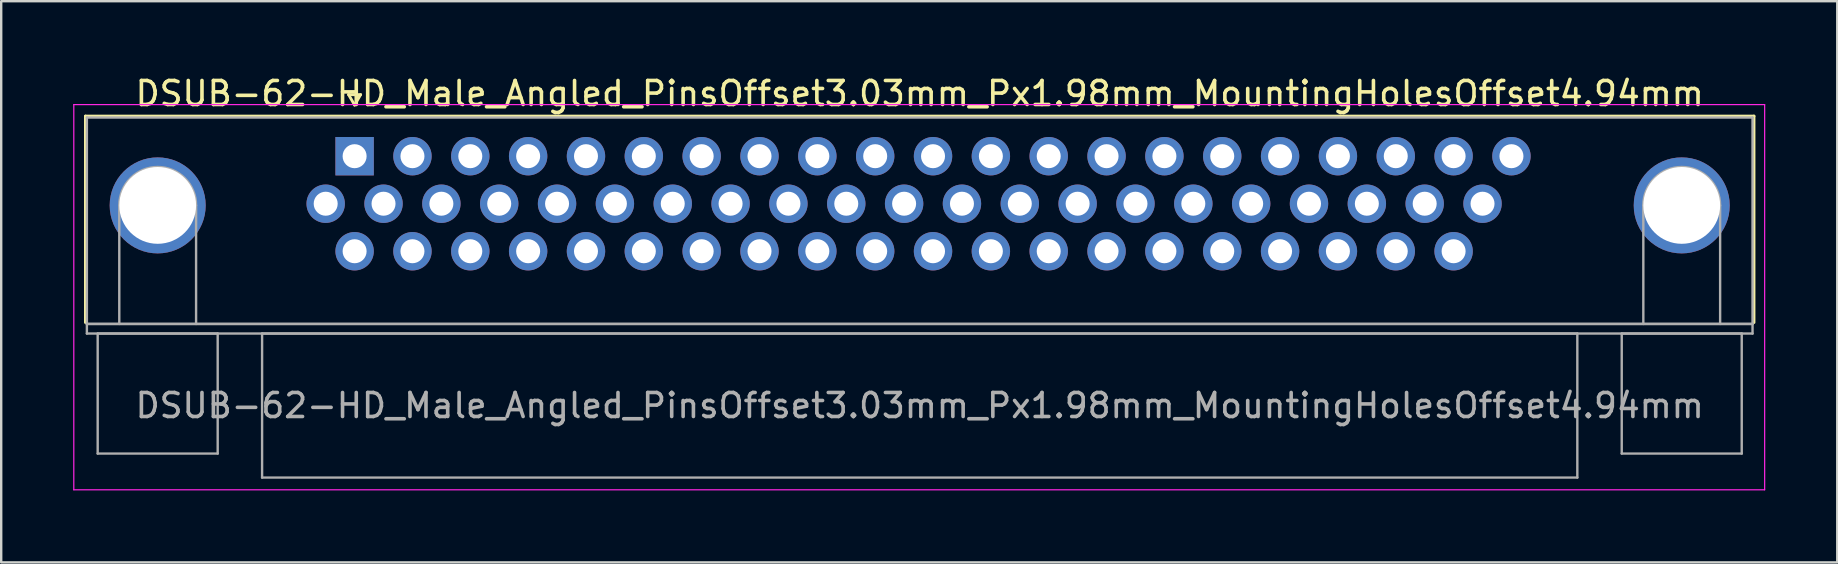
<source format=kicad_pcb>
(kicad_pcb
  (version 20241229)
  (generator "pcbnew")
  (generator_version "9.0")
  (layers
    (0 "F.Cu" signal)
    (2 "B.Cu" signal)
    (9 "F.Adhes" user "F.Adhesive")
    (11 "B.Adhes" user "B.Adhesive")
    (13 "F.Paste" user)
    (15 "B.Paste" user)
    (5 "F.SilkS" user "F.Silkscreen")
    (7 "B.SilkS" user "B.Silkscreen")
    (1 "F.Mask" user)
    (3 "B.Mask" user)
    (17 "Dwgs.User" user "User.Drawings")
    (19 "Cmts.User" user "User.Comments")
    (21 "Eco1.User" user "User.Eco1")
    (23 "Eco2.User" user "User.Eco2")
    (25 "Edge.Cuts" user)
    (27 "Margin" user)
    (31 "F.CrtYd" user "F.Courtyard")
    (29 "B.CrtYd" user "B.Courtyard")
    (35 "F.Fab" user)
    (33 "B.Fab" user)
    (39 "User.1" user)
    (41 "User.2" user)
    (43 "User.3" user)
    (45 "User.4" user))
  (footprint "DSUB-62-HD_Male_Angled_PinsOffset3.03mm_Px1.98mm_MountingHolesOffset4.94mm"
    (layer "F.Cu")
    (at 11.725 3.458)
    (property "Reference" "DSUB-62-HD_Male_Angled_PinsOffset3.03mm_Px1.98mm_MountingHolesOffset4.94mm" (at 23.545 -2.61 0) (layer "F.SilkS") (effects (font (size 1 1) (thickness 0.15))))
    (attr through_hole)
    (fp_line (start -11.215 -1.67) (end 58.305 -1.67) (stroke (width 0.12) (type solid)) (layer "F.SilkS"))
    (fp_line (start -11.215 6.93) (end -11.215 -1.67) (stroke (width 0.12) (type solid)) (layer "F.SilkS"))
    (fp_line (start -0.25 -2.564) (end 0.25 -2.564) (stroke (width 0.12) (type solid)) (layer "F.SilkS"))
    (fp_line (start 0 -2.131) (end -0.25 -2.564) (stroke (width 0.12) (type solid)) (layer "F.SilkS"))
    (fp_line (start 0.25 -2.564) (end 0 -2.131) (stroke (width 0.12) (type solid)) (layer "F.SilkS"))
    (fp_line (start 58.305 -1.67) (end 58.305 6.93) (stroke (width 0.12) (type solid)) (layer "F.SilkS"))
    (fp_line (start -11.7 -2.15) (end -11.7 13.9) (stroke (width 0.05) (type solid)) (layer "F.CrtYd"))
    (fp_line (start -11.7 13.9) (end 58.75 13.9) (stroke (width 0.05) (type solid)) (layer "F.CrtYd"))
    (fp_line (start 58.75 -2.15) (end -11.7 -2.15) (stroke (width 0.05) (type solid)) (layer "F.CrtYd"))
    (fp_line (start 58.75 13.9) (end 58.75 -2.15) (stroke (width 0.05) (type solid)) (layer "F.CrtYd"))
    (fp_line (start -11.155 -1.61) (end -11.155 6.99) (stroke (width 0.1) (type solid)) (layer "F.Fab"))
    (fp_line (start -11.155 6.99) (end -11.155 7.39) (stroke (width 0.1) (type solid)) (layer "F.Fab"))
    (fp_line (start -11.155 6.99) (end 58.245 6.99) (stroke (width 0.1) (type solid)) (layer "F.Fab"))
    (fp_line (start -11.155 7.39) (end 58.245 7.39) (stroke (width 0.1) (type solid)) (layer "F.Fab"))
    (fp_line (start -10.705 7.39) (end -10.705 12.39) (stroke (width 0.1) (type solid)) (layer "F.Fab"))
    (fp_line (start -10.705 12.39) (end -5.705 12.39) (stroke (width 0.1) (type solid)) (layer "F.Fab"))
    (fp_line (start -9.805 6.99) (end -9.805 2.05) (stroke (width 0.1) (type solid)) (layer "F.Fab"))
    (fp_line (start -6.605 6.99) (end -6.605 2.05) (stroke (width 0.1) (type solid)) (layer "F.Fab"))
    (fp_line (start -5.705 7.39) (end -10.705 7.39) (stroke (width 0.1) (type solid)) (layer "F.Fab"))
    (fp_line (start -5.705 12.39) (end -5.705 7.39) (stroke (width 0.1) (type solid)) (layer "F.Fab"))
    (fp_line (start -3.855 7.39) (end -3.855 13.39) (stroke (width 0.1) (type solid)) (layer "F.Fab"))
    (fp_line (start -3.855 13.39) (end 50.945 13.39) (stroke (width 0.1) (type solid)) (layer "F.Fab"))
    (fp_line (start 50.945 7.39) (end -3.855 7.39) (stroke (width 0.1) (type solid)) (layer "F.Fab"))
    (fp_line (start 50.945 13.39) (end 50.945 7.39) (stroke (width 0.1) (type solid)) (layer "F.Fab"))
    (fp_line (start 52.795 7.39) (end 52.795 12.39) (stroke (width 0.1) (type solid)) (layer "F.Fab"))
    (fp_line (start 52.795 12.39) (end 57.795 12.39) (stroke (width 0.1) (type solid)) (layer "F.Fab"))
    (fp_line (start 53.695 6.99) (end 53.695 2.05) (stroke (width 0.1) (type solid)) (layer "F.Fab"))
    (fp_line (start 56.895 6.99) (end 56.895 2.05) (stroke (width 0.1) (type solid)) (layer "F.Fab"))
    (fp_line (start 57.795 7.39) (end 52.795 7.39) (stroke (width 0.1) (type solid)) (layer "F.Fab"))
    (fp_line (start 57.795 12.39) (end 57.795 7.39) (stroke (width 0.1) (type solid)) (layer "F.Fab"))
    (fp_line (start 58.245 -1.61) (end -11.155 -1.61) (stroke (width 0.1) (type solid)) (layer "F.Fab"))
    (fp_line (start 58.245 6.99) (end -11.155 6.99) (stroke (width 0.1) (type solid)) (layer "F.Fab"))
    (fp_line (start 58.245 6.99) (end 58.245 -1.61) (stroke (width 0.1) (type solid)) (layer "F.Fab"))
    (fp_line (start 58.245 7.39) (end 58.245 6.99) (stroke (width 0.1) (type solid)) (layer "F.Fab"))
    (fp_arc (start -9.805 2.05) (mid -8.205 0.45) (end -6.605 2.05) (stroke (width 0.1) (type solid)) (layer "F.Fab"))
    (fp_arc (start 53.695 2.05) (mid 55.295 0.45) (end 56.895 2.05) (stroke (width 0.1) (type solid)) (layer "F.Fab"))
    (fp_text user "${REFERENCE}" (at 23.545 10.39 0) (layer "F.Fab") (effects (font (size 1 1) (thickness 0.15))))
    (pad "0" thru_hole circle (at -8.205 2.05) (size 4 4) (drill 3.2) (layers "*.Cu" "*.Mask"))
    (pad "0" thru_hole circle (at 55.295 2.05) (size 4 4) (drill 3.2) (layers "*.Cu" "*.Mask"))
    (pad "1" thru_hole rect (at 0 0) (size 1.6 1.6) (drill 1) (layers "*.Cu" "*.Mask"))
    (pad "2" thru_hole circle (at 2.41 0) (size 1.6 1.6) (drill 1) (layers "*.Cu" "*.Mask"))
    (pad "3" thru_hole circle (at 4.82 0) (size 1.6 1.6) (drill 1) (layers "*.Cu" "*.Mask"))
    (pad "4" thru_hole circle (at 7.23 0) (size 1.6 1.6) (drill 1) (layers "*.Cu" "*.Mask"))
    (pad "5" thru_hole circle (at 9.64 0) (size 1.6 1.6) (drill 1) (layers "*.Cu" "*.Mask"))
    (pad "6" thru_hole circle (at 12.05 0) (size 1.6 1.6) (drill 1) (layers "*.Cu" "*.Mask"))
    (pad "7" thru_hole circle (at 14.46 0) (size 1.6 1.6) (drill 1) (layers "*.Cu" "*.Mask"))
    (pad "8" thru_hole circle (at 16.87 0) (size 1.6 1.6) (drill 1) (layers "*.Cu" "*.Mask"))
    (pad "9" thru_hole circle (at 19.28 0) (size 1.6 1.6) (drill 1) (layers "*.Cu" "*.Mask"))
    (pad "10" thru_hole circle (at 21.69 0) (size 1.6 1.6) (drill 1) (layers "*.Cu" "*.Mask"))
    (pad "11" thru_hole circle (at 24.1 0) (size 1.6 1.6) (drill 1) (layers "*.Cu" "*.Mask"))
    (pad "12" thru_hole circle (at 26.51 0) (size 1.6 1.6) (drill 1) (layers "*.Cu" "*.Mask"))
    (pad "13" thru_hole circle (at 28.92 0) (size 1.6 1.6) (drill 1) (layers "*.Cu" "*.Mask"))
    (pad "14" thru_hole circle (at 31.33 0) (size 1.6 1.6) (drill 1) (layers "*.Cu" "*.Mask"))
    (pad "15" thru_hole circle (at 33.74 0) (size 1.6 1.6) (drill 1) (layers "*.Cu" "*.Mask"))
    (pad "16" thru_hole circle (at 36.15 0) (size 1.6 1.6) (drill 1) (layers "*.Cu" "*.Mask"))
    (pad "17" thru_hole circle (at 38.56 0) (size 1.6 1.6) (drill 1) (layers "*.Cu" "*.Mask"))
    (pad "18" thru_hole circle (at 40.97 0) (size 1.6 1.6) (drill 1) (layers "*.Cu" "*.Mask"))
    (pad "19" thru_hole circle (at 43.38 0) (size 1.6 1.6) (drill 1) (layers "*.Cu" "*.Mask"))
    (pad "20" thru_hole circle (at 45.79 0) (size 1.6 1.6) (drill 1) (layers "*.Cu" "*.Mask"))
    (pad "21" thru_hole circle (at 48.2 0) (size 1.6 1.6) (drill 1) (layers "*.Cu" "*.Mask"))
    (pad "22" thru_hole circle (at -1.205 1.98) (size 1.6 1.6) (drill 1) (layers "*.Cu" "*.Mask"))
    (pad "23" thru_hole circle (at 1.205 1.98) (size 1.6 1.6) (drill 1) (layers "*.Cu" "*.Mask"))
    (pad "24" thru_hole circle (at 3.615 1.98) (size 1.6 1.6) (drill 1) (layers "*.Cu" "*.Mask"))
    (pad "25" thru_hole circle (at 6.025 1.98) (size 1.6 1.6) (drill 1) (layers "*.Cu" "*.Mask"))
    (pad "26" thru_hole circle (at 8.435 1.98) (size 1.6 1.6) (drill 1) (layers "*.Cu" "*.Mask"))
    (pad "27" thru_hole circle (at 10.845 1.98) (size 1.6 1.6) (drill 1) (layers "*.Cu" "*.Mask"))
    (pad "28" thru_hole circle (at 13.255 1.98) (size 1.6 1.6) (drill 1) (layers "*.Cu" "*.Mask"))
    (pad "29" thru_hole circle (at 15.665 1.98) (size 1.6 1.6) (drill 1) (layers "*.Cu" "*.Mask"))
    (pad "30" thru_hole circle (at 18.075 1.98) (size 1.6 1.6) (drill 1) (layers "*.Cu" "*.Mask"))
    (pad "31" thru_hole circle (at 20.485 1.98) (size 1.6 1.6) (drill 1) (layers "*.Cu" "*.Mask"))
    (pad "32" thru_hole circle (at 22.895 1.98) (size 1.6 1.6) (drill 1) (layers "*.Cu" "*.Mask"))
    (pad "33" thru_hole circle (at 25.305 1.98) (size 1.6 1.6) (drill 1) (layers "*.Cu" "*.Mask"))
    (pad "34" thru_hole circle (at 27.715 1.98) (size 1.6 1.6) (drill 1) (layers "*.Cu" "*.Mask"))
    (pad "35" thru_hole circle (at 30.125 1.98) (size 1.6 1.6) (drill 1) (layers "*.Cu" "*.Mask"))
    (pad "36" thru_hole circle (at 32.535 1.98) (size 1.6 1.6) (drill 1) (layers "*.Cu" "*.Mask"))
    (pad "37" thru_hole circle (at 34.945 1.98) (size 1.6 1.6) (drill 1) (layers "*.Cu" "*.Mask"))
    (pad "38" thru_hole circle (at 37.355 1.98) (size 1.6 1.6) (drill 1) (layers "*.Cu" "*.Mask"))
    (pad "39" thru_hole circle (at 39.765 1.98) (size 1.6 1.6) (drill 1) (layers "*.Cu" "*.Mask"))
    (pad "40" thru_hole circle (at 42.175 1.98) (size 1.6 1.6) (drill 1) (layers "*.Cu" "*.Mask"))
    (pad "41" thru_hole circle (at 44.585 1.98) (size 1.6 1.6) (drill 1) (layers "*.Cu" "*.Mask"))
    (pad "42" thru_hole circle (at 46.995 1.98) (size 1.6 1.6) (drill 1) (layers "*.Cu" "*.Mask"))
    (pad "43" thru_hole circle (at 0 3.96) (size 1.6 1.6) (drill 1) (layers "*.Cu" "*.Mask"))
    (pad "44" thru_hole circle (at 2.41 3.96) (size 1.6 1.6) (drill 1) (layers "*.Cu" "*.Mask"))
    (pad "45" thru_hole circle (at 4.82 3.96) (size 1.6 1.6) (drill 1) (layers "*.Cu" "*.Mask"))
    (pad "46" thru_hole circle (at 7.23 3.96) (size 1.6 1.6) (drill 1) (layers "*.Cu" "*.Mask"))
    (pad "47" thru_hole circle (at 9.64 3.96) (size 1.6 1.6) (drill 1) (layers "*.Cu" "*.Mask"))
    (pad "48" thru_hole circle (at 12.05 3.96) (size 1.6 1.6) (drill 1) (layers "*.Cu" "*.Mask"))
    (pad "49" thru_hole circle (at 14.46 3.96) (size 1.6 1.6) (drill 1) (layers "*.Cu" "*.Mask"))
    (pad "50" thru_hole circle (at 16.87 3.96) (size 1.6 1.6) (drill 1) (layers "*.Cu" "*.Mask"))
    (pad "51" thru_hole circle (at 19.28 3.96) (size 1.6 1.6) (drill 1) (layers "*.Cu" "*.Mask"))
    (pad "52" thru_hole circle (at 21.69 3.96) (size 1.6 1.6) (drill 1) (layers "*.Cu" "*.Mask"))
    (pad "53" thru_hole circle (at 24.1 3.96) (size 1.6 1.6) (drill 1) (layers "*.Cu" "*.Mask"))
    (pad "54" thru_hole circle (at 26.51 3.96) (size 1.6 1.6) (drill 1) (layers "*.Cu" "*.Mask"))
    (pad "55" thru_hole circle (at 28.92 3.96) (size 1.6 1.6) (drill 1) (layers "*.Cu" "*.Mask"))
    (pad "56" thru_hole circle (at 31.33 3.96) (size 1.6 1.6) (drill 1) (layers "*.Cu" "*.Mask"))
    (pad "57" thru_hole circle (at 33.74 3.96) (size 1.6 1.6) (drill 1) (layers "*.Cu" "*.Mask"))
    (pad "58" thru_hole circle (at 36.15 3.96) (size 1.6 1.6) (drill 1) (layers "*.Cu" "*.Mask"))
    (pad "59" thru_hole circle (at 38.56 3.96) (size 1.6 1.6) (drill 1) (layers "*.Cu" "*.Mask"))
    (pad "60" thru_hole circle (at 40.97 3.96) (size 1.6 1.6) (drill 1) (layers "*.Cu" "*.Mask"))
    (pad "61" thru_hole circle (at 43.38 3.96) (size 1.6 1.6) (drill 1) (layers "*.Cu" "*.Mask"))
    (pad "62" thru_hole circle (at 45.79 3.96) (size 1.6 1.6) (drill 1) (layers "*.Cu" "*.Mask")))
  (gr_rect
    (start -3 -3)
    (end 73.5 20.383)
    (stroke (width 0.1) (type default))
    (fill no)
    (layer "Edge.Cuts")))
</source>
